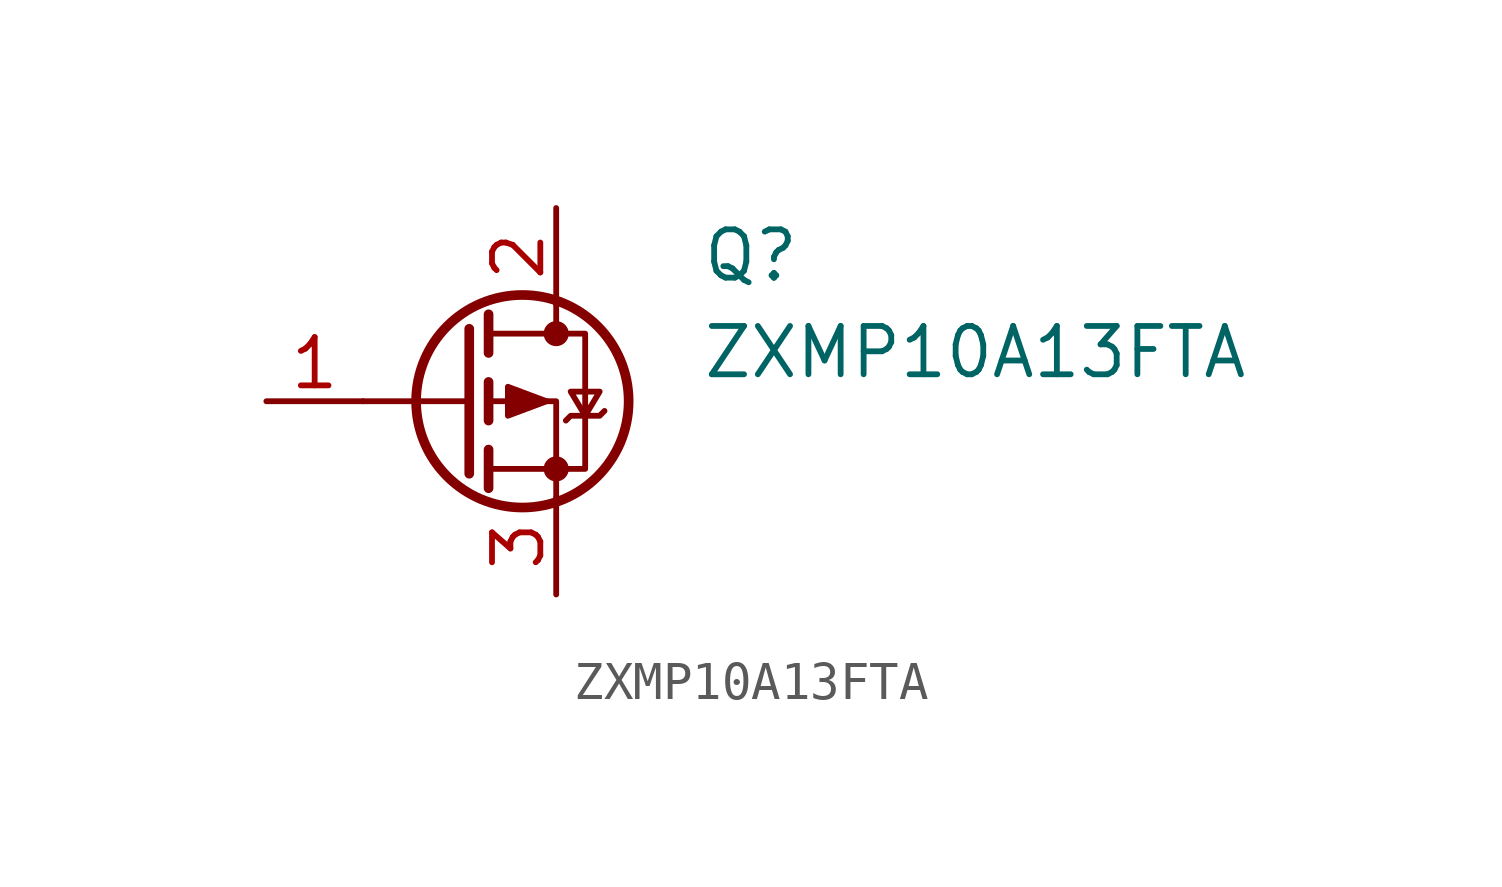
<source format=kicad_sym>
(kicad_symbol_lib
  (version 20241209)
  (generator "kicad_symbol_editor")
  (generator_version "9.0")
  (symbol "ZXMP10A13FTA"
    (pin_names
      (hide yes))
    (property "Reference" "Q"
      (at 6.35 4.572 0)
      (effects (font (size 1.27 1.27)) (justify left top)))
    (property "Value" "ZXMP10A13FTA"
      (at 6.35 2.032 0)
      (effects (font (size 1.27 1.27)) (justify left top)))
    (symbol "ZXMP10A13FTA_0_1"
      (polyline (pts (xy 0.254 1.905) (xy 0.254 -1.905)) (stroke (width 0.254) (type default)) (fill (type none)))
      (polyline (pts (xy 0.254 0) (xy -2.54 0)) (stroke (width 0) (type default)) (fill (type none)))
      (polyline (pts (xy 0.762 2.286) (xy 0.762 1.27)) (stroke (width 0.254) (type default)) (fill (type none)))
      (polyline (pts (xy 0.762 1.778) (xy 3.302 1.778) (xy 3.302 -1.778) (xy 0.762 -1.778)) (stroke (width 0) (type default)) (fill (type none)))
      (polyline (pts (xy 0.762 0.508) (xy 0.762 -0.508)) (stroke (width 0.254) (type default)) (fill (type none)))
      (polyline (pts (xy 0.762 -1.27) (xy 0.762 -2.286)) (stroke (width 0.254) (type default)) (fill (type none)))
      (circle (center 1.651 0) (radius 2.794) (stroke (width 0.254) (type default)) (fill (type none)))
      (polyline (pts (xy 2.286 0) (xy 1.27 0.381) (xy 1.27 -0.381) (xy 2.286 0)) (stroke (width 0) (type default)) (fill (type outline)))
      (polyline (pts (xy 2.54 2.54) (xy 2.54 1.778)) (stroke (width 0) (type default)) (fill (type none)))
      (circle (center 2.54 1.778) (radius 0.254) (stroke (width 0) (type default)) (fill (type outline)))
      (circle (center 2.54 -1.778) (radius 0.254) (stroke (width 0) (type default)) (fill (type outline)))
      (polyline (pts (xy 2.54 -2.54) (xy 2.54 0) (xy 0.762 0)) (stroke (width 0) (type default)) (fill (type none)))
      (polyline (pts (xy 2.794 -0.508) (xy 2.921 -0.381) (xy 3.683 -0.381) (xy 3.81 -0.254)) (stroke (width 0) (type default)) (fill (type none)))
      (polyline (pts (xy 3.302 -0.381) (xy 2.921 0.254) (xy 3.683 0.254) (xy 3.302 -0.381)) (stroke (width 0) (type default)) (fill (type none))))
    (symbol "ZXMP10A13FTA_1_1"
      (pin input line (at -5.08 0 0) (length 2.54) (name "G" (effects (font (size 1.27 1.27)))) (number "1" (effects (font (size 1.27 1.27)))))
      (pin passive line (at 2.54 5.08 270) (length 2.54) (name "D" (effects (font (size 1.27 1.27)))) (number "2" (effects (font (size 1.27 1.27)))))
      (pin passive line (at 2.54 -5.08 90) (length 2.54) (name "S" (effects (font (size 1.27 1.27)))) (number "3" (effects (font (size 1.27 1.27))))))))
</source>
